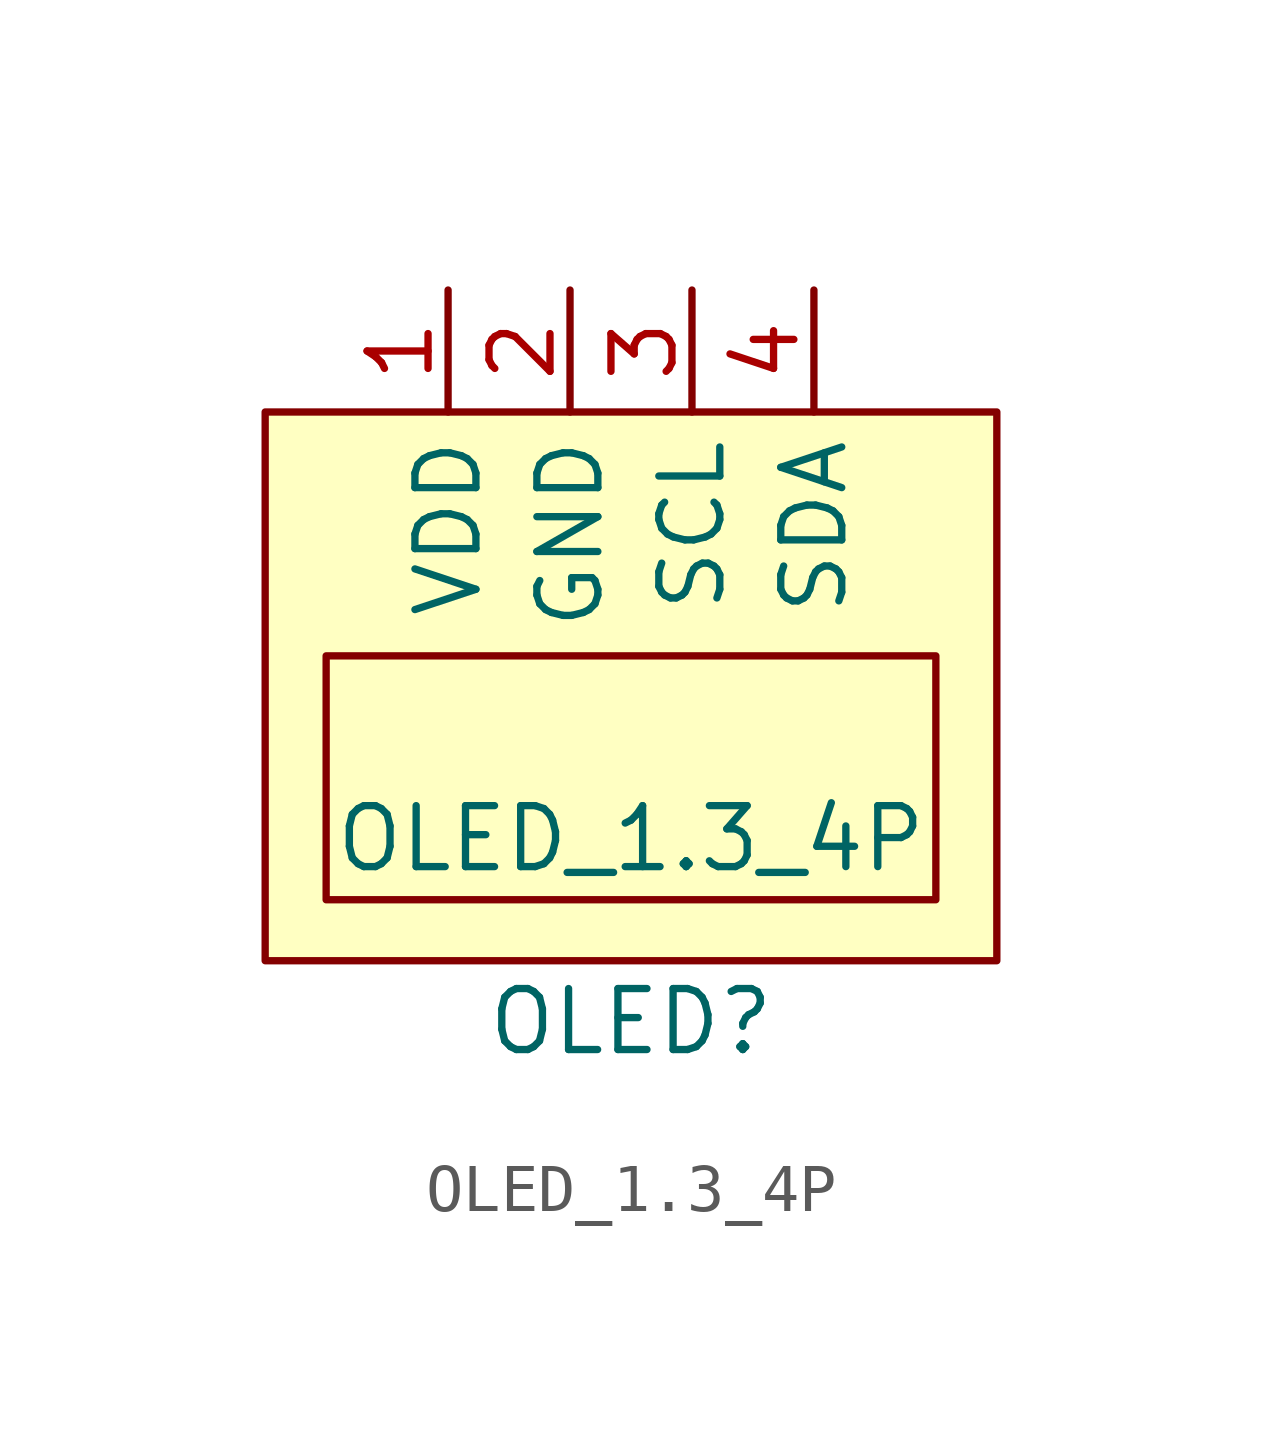
<source format=kicad_sym>
(kicad_symbol_lib
  (version 20211014)
  (generator kicad_symbol_editor)
  (symbol "OLED_1.3_4P"
    (property "Reference" "OLED"
      (at 0 -7.62 0)
      (effects (font (size 1.27 1.27))))
    (property "Value" "OLED_1.3_4P"
      (at 0 -3.81 0)
      (effects (font (size 1.27 1.27))))
    (symbol "OLED_1.3_4P_0_1"
      (rectangle (start -7.62 5.08) (end 7.62 -6.35) (stroke (width 0) (type default) (color 0 0 0 0)) (fill (type background)))
      (rectangle (start -6.35 0) (end 6.35 -5.08) (stroke (width 0) (type default) (color 0 0 0 0)) (fill (type none)))
      (pin input line (at -3.81 7.62 270) (length 2.54) (name "VDD" (effects (font (size 1.27 1.27)))) (number "1" (effects (font (size 1.27 1.27)))))
      (pin input line (at -1.27 7.62 270) (length 2.54) (name "GND" (effects (font (size 1.27 1.27)))) (number "2" (effects (font (size 1.27 1.27)))))
      (pin input line (at 1.27 7.62 270) (length 2.54) (name "SCL" (effects (font (size 1.27 1.27)))) (number "3" (effects (font (size 1.27 1.27)))))
      (pin input line (at 3.81 7.62 270) (length 2.54) (name "SDA" (effects (font (size 1.27 1.27)))) (number "4" (effects (font (size 1.27 1.27))))))))
</source>
